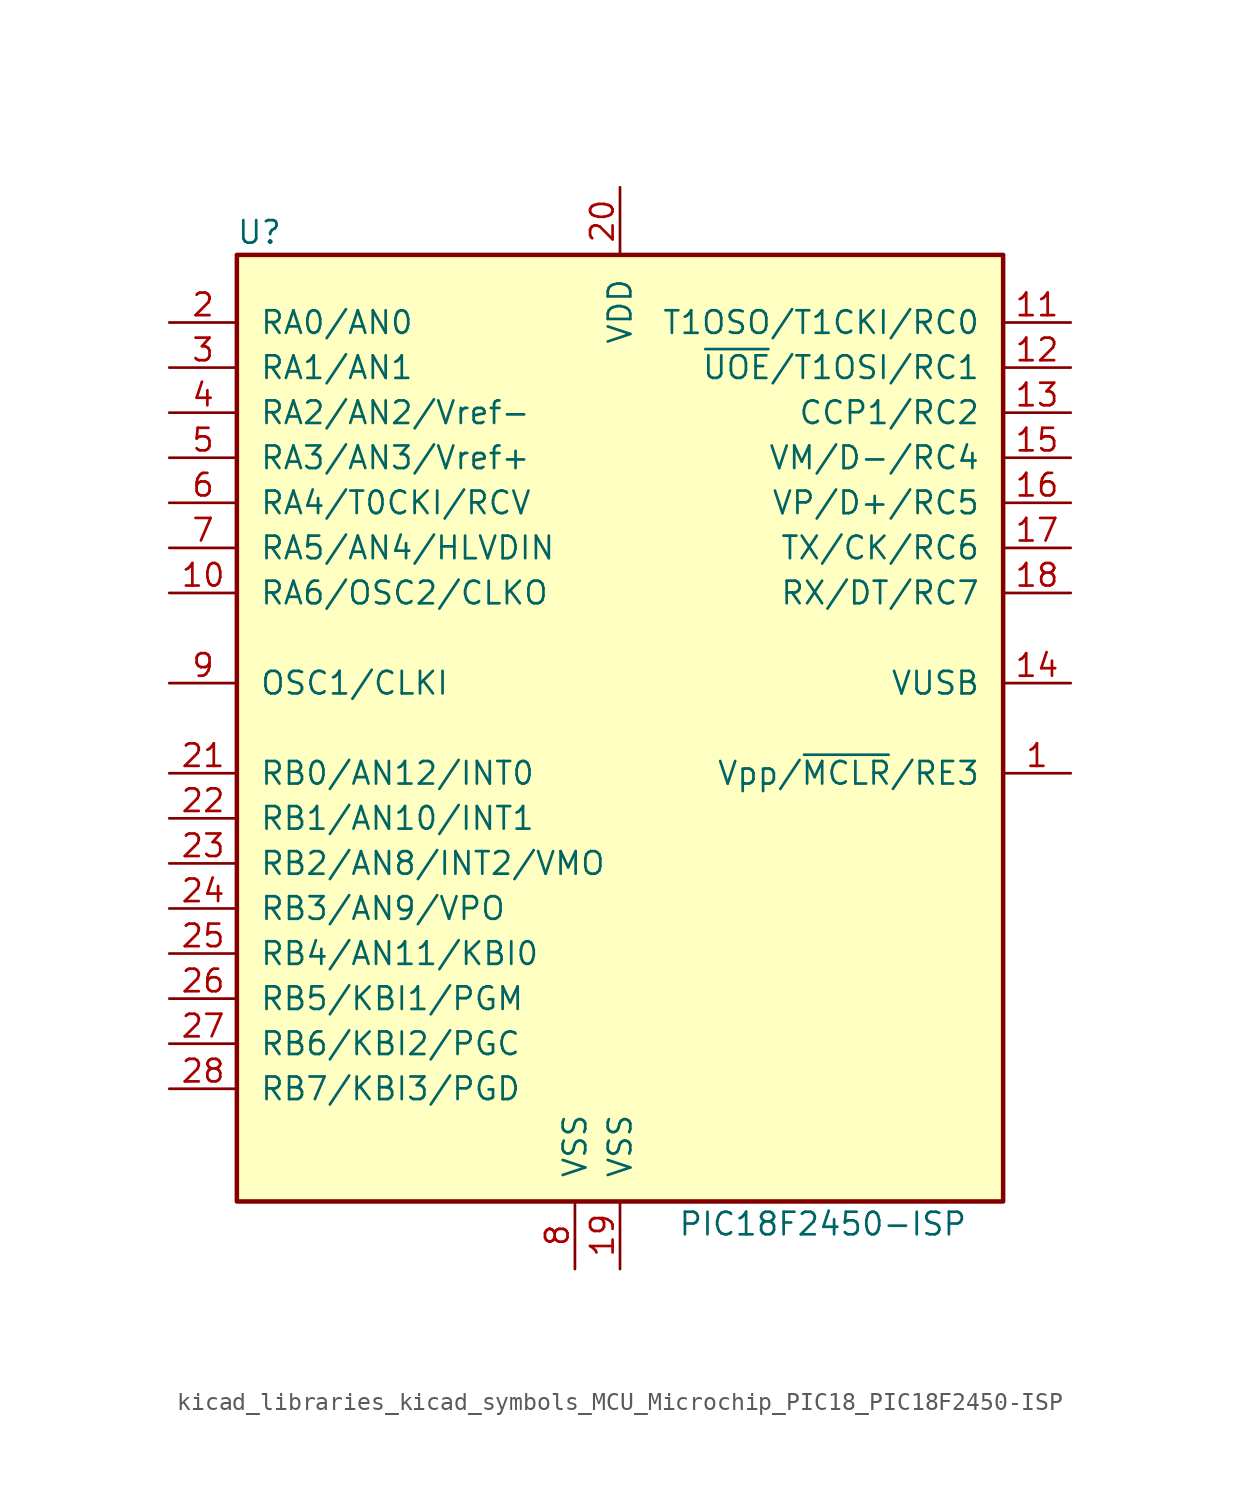
<source format=kicad_sym>
(kicad_symbol_lib
  (version 20220914)
  (generator kicad_symbol_editor)
  (symbol "kicad_libraries_kicad_symbols_MCU_Microchip_PIC18_PIC18F2450-ISP"
    (pin_names
      (offset 1.27))
    (property "Reference" "U"
      (at -20.32 27.94 0)
      (effects (font (size 1.27 1.27))))
    (property "Value" "PIC18F2450-ISP"
      (at 11.43 -27.94 0)
      (effects (font (size 1.27 1.27))))
    (symbol "kicad_libraries_kicad_symbols_MCU_Microchip_PIC18_PIC18F2450-ISP_0_1"
      (rectangle (start -21.59 26.67) (end 21.59 -26.67) (stroke (width 0.254) (type default)) (fill (type background))))
    (symbol "kicad_libraries_kicad_symbols_MCU_Microchip_PIC18_PIC18F2450-ISP_1_1"
      (pin input line (at 25.4 -2.54 180) (length 3.81) (name "Vpp/~{MCLR}/RE3" (effects (font (size 1.27 1.27)))) (number "1" (effects (font (size 1.27 1.27)))))
      (pin output line (at -25.4 7.62 0) (length 3.81) (name "RA6/OSC2/CLKO" (effects (font (size 1.27 1.27)))) (number "10" (effects (font (size 1.27 1.27)))))
      (pin bidirectional line (at 25.4 22.86 180) (length 3.81) (name "T1OSO/T1CKI/RC0" (effects (font (size 1.27 1.27)))) (number "11" (effects (font (size 1.27 1.27)))))
      (pin bidirectional line (at 25.4 20.32 180) (length 3.81) (name "~{UOE}/T1OSI/RC1" (effects (font (size 1.27 1.27)))) (number "12" (effects (font (size 1.27 1.27)))))
      (pin bidirectional line (at 25.4 17.78 180) (length 3.81) (name "CCP1/RC2" (effects (font (size 1.27 1.27)))) (number "13" (effects (font (size 1.27 1.27)))))
      (pin bidirectional line (at 25.4 2.54 180) (length 3.81) (name "VUSB" (effects (font (size 1.27 1.27)))) (number "14" (effects (font (size 1.27 1.27)))))
      (pin bidirectional line (at 25.4 15.24 180) (length 3.81) (name "VM/D-/RC4" (effects (font (size 1.27 1.27)))) (number "15" (effects (font (size 1.27 1.27)))))
      (pin bidirectional line (at 25.4 12.7 180) (length 3.81) (name "VP/D+/RC5" (effects (font (size 1.27 1.27)))) (number "16" (effects (font (size 1.27 1.27)))))
      (pin bidirectional line (at 25.4 10.16 180) (length 3.81) (name "TX/CK/RC6" (effects (font (size 1.27 1.27)))) (number "17" (effects (font (size 1.27 1.27)))))
      (pin bidirectional line (at 25.4 7.62 180) (length 3.81) (name "RX/DT/RC7" (effects (font (size 1.27 1.27)))) (number "18" (effects (font (size 1.27 1.27)))))
      (pin power_in line (at 0 -30.48 90) (length 3.81) (name "VSS" (effects (font (size 1.27 1.27)))) (number "19" (effects (font (size 1.27 1.27)))))
      (pin bidirectional line (at -25.4 22.86 0) (length 3.81) (name "RA0/AN0" (effects (font (size 1.27 1.27)))) (number "2" (effects (font (size 1.27 1.27)))))
      (pin power_in line (at 0 30.48 270) (length 3.81) (name "VDD" (effects (font (size 1.27 1.27)))) (number "20" (effects (font (size 1.27 1.27)))))
      (pin bidirectional line (at -25.4 -2.54 0) (length 3.81) (name "RB0/AN12/INT0" (effects (font (size 1.27 1.27)))) (number "21" (effects (font (size 1.27 1.27)))))
      (pin bidirectional line (at -25.4 -5.08 0) (length 3.81) (name "RB1/AN10/INT1" (effects (font (size 1.27 1.27)))) (number "22" (effects (font (size 1.27 1.27)))))
      (pin bidirectional line (at -25.4 -7.62 0) (length 3.81) (name "RB2/AN8/INT2/VMO" (effects (font (size 1.27 1.27)))) (number "23" (effects (font (size 1.27 1.27)))))
      (pin bidirectional line (at -25.4 -10.16 0) (length 3.81) (name "RB3/AN9/VPO" (effects (font (size 1.27 1.27)))) (number "24" (effects (font (size 1.27 1.27)))))
      (pin bidirectional line (at -25.4 -12.7 0) (length 3.81) (name "RB4/AN11/KBI0" (effects (font (size 1.27 1.27)))) (number "25" (effects (font (size 1.27 1.27)))))
      (pin bidirectional line (at -25.4 -15.24 0) (length 3.81) (name "RB5/KBI1/PGM" (effects (font (size 1.27 1.27)))) (number "26" (effects (font (size 1.27 1.27)))))
      (pin bidirectional line (at -25.4 -17.78 0) (length 3.81) (name "RB6/KBI2/PGC" (effects (font (size 1.27 1.27)))) (number "27" (effects (font (size 1.27 1.27)))))
      (pin bidirectional line (at -25.4 -20.32 0) (length 3.81) (name "RB7/KBI3/PGD" (effects (font (size 1.27 1.27)))) (number "28" (effects (font (size 1.27 1.27)))))
      (pin bidirectional line (at -25.4 20.32 0) (length 3.81) (name "RA1/AN1" (effects (font (size 1.27 1.27)))) (number "3" (effects (font (size 1.27 1.27)))))
      (pin bidirectional line (at -25.4 17.78 0) (length 3.81) (name "RA2/AN2/Vref-" (effects (font (size 1.27 1.27)))) (number "4" (effects (font (size 1.27 1.27)))))
      (pin bidirectional line (at -25.4 15.24 0) (length 3.81) (name "RA3/AN3/Vref+" (effects (font (size 1.27 1.27)))) (number "5" (effects (font (size 1.27 1.27)))))
      (pin bidirectional line (at -25.4 12.7 0) (length 3.81) (name "RA4/T0CKI/RCV" (effects (font (size 1.27 1.27)))) (number "6" (effects (font (size 1.27 1.27)))))
      (pin bidirectional line (at -25.4 10.16 0) (length 3.81) (name "RA5/AN4/HLVDIN" (effects (font (size 1.27 1.27)))) (number "7" (effects (font (size 1.27 1.27)))))
      (pin power_in line (at -2.54 -30.48 90) (length 3.81) (name "VSS" (effects (font (size 1.27 1.27)))) (number "8" (effects (font (size 1.27 1.27)))))
      (pin input line (at -25.4 2.54 0) (length 3.81) (name "OSC1/CLKI" (effects (font (size 1.27 1.27)))) (number "9" (effects (font (size 1.27 1.27))))))))
</source>
